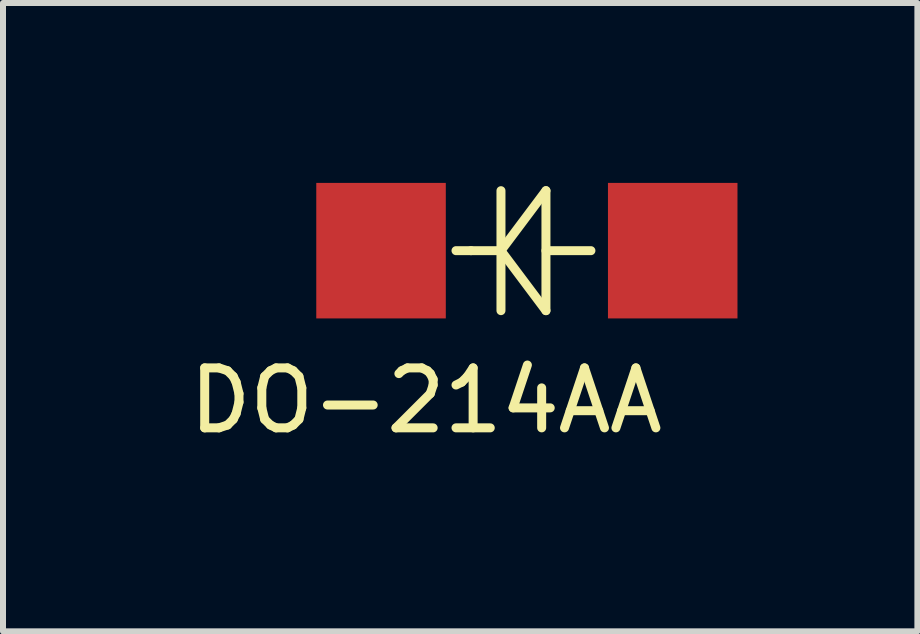
<source format=kicad_pcb>
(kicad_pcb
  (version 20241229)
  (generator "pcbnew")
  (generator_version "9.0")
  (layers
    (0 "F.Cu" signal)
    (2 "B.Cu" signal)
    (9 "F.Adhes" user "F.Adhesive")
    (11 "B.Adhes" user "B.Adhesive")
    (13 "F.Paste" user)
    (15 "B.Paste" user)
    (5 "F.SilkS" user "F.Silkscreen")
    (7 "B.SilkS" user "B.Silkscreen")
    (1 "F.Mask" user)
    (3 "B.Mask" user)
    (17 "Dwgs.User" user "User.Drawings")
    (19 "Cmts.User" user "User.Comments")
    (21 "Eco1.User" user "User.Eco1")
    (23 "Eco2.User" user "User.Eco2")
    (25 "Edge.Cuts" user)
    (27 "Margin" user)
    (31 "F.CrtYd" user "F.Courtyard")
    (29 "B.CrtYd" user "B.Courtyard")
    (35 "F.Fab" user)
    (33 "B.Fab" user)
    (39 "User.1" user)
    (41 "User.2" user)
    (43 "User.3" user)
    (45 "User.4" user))
  (footprint "DO-214AA"
    (layer "F.Cu")
    (at 3.304 1.13)
    (property "Reference" "DO-214AA" (at 0.75 2.5 0) (layer "F.SilkS") (effects (font (size 1 1) (thickness 0.15))))
    (attr through_hole)
    (fp_line (start 1.25 0) (end 1.5 0) (stroke (width 0.15) (type solid)) (layer "F.SilkS"))
    (fp_line (start 1.5 0) (end 2 0) (stroke (width 0.15) (type solid)) (layer "F.SilkS"))
    (fp_line (start 2 0) (end 2 -1) (stroke (width 0.15) (type solid)) (layer "F.SilkS"))
    (fp_line (start 2 0) (end 2 1) (stroke (width 0.15) (type solid)) (layer "F.SilkS"))
    (fp_line (start 2 0) (end 2.75 -1) (stroke (width 0.15) (type solid)) (layer "F.SilkS"))
    (fp_line (start 2 0) (end 2.75 1) (stroke (width 0.15) (type solid)) (layer "F.SilkS"))
    (fp_line (start 2.75 -1) (end 2.75 1) (stroke (width 0.15) (type solid)) (layer "F.SilkS"))
    (fp_line (start 2.75 0) (end 3.5 0) (stroke (width 0.15) (type solid)) (layer "F.SilkS"))
    (pad "1" smd rect (at 0 0) (size 2.16 2.26) (layers "F.Cu" "F.Mask" "F.Paste"))
    (pad "2" smd rect (at 4.864 0) (size 2.16 2.26) (layers "F.Cu" "F.Mask" "F.Paste")))
  (gr_rect
    (start -3 -3)
    (end 12.248 7.478)
    (stroke (width 0.1) (type default))
    (fill no)
    (layer "Edge.Cuts")))
</source>
